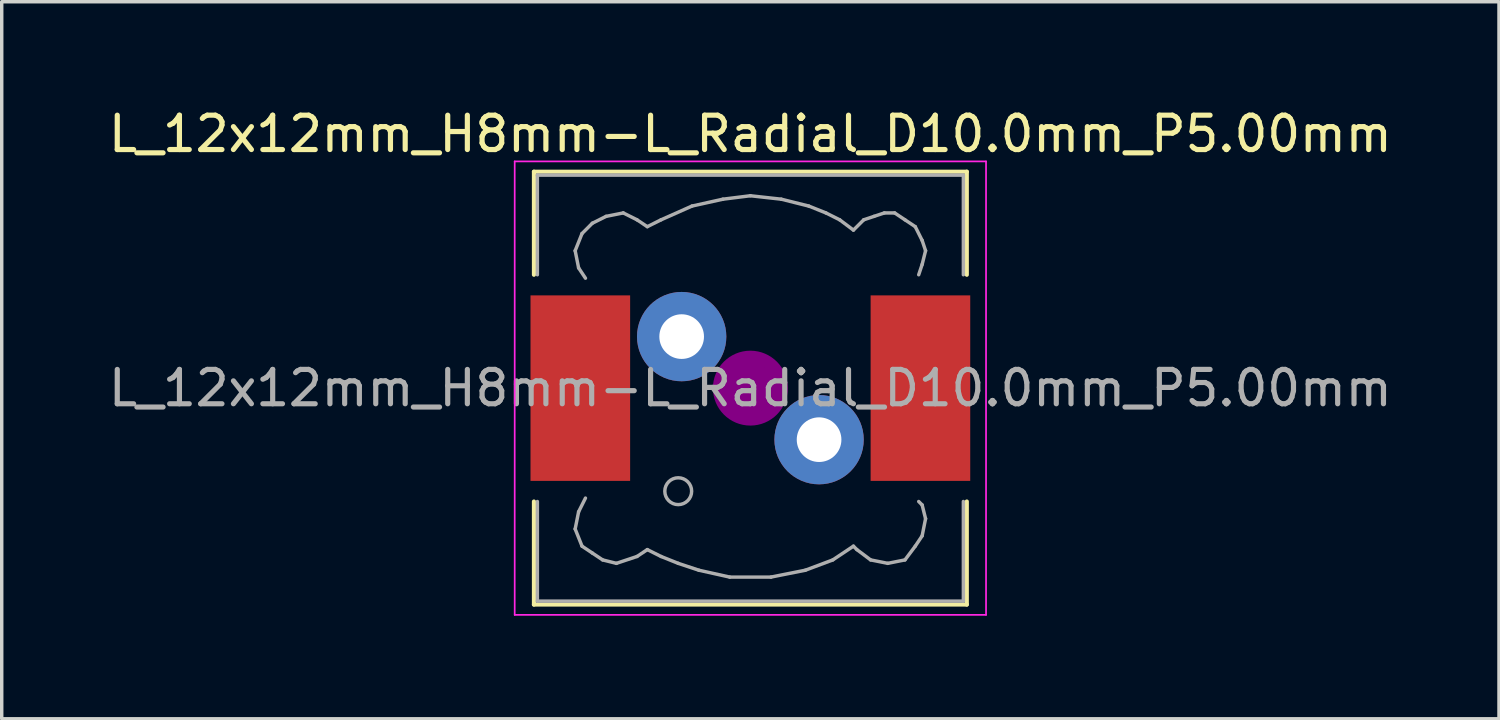
<source format=kicad_pcb>
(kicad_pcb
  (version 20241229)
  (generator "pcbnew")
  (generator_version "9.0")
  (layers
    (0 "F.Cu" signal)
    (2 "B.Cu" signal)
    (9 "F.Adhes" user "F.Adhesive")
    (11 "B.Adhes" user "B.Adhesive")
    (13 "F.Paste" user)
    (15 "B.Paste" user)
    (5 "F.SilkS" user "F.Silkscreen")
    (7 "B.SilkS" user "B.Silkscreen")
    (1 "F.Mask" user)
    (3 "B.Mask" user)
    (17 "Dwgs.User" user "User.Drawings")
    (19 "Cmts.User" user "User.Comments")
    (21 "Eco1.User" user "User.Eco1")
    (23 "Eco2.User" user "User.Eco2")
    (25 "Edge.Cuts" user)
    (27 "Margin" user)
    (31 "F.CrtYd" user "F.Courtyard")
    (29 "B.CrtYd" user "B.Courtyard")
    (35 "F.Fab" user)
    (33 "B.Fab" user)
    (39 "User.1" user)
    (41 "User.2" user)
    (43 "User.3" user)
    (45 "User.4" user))
  (footprint "L_12x12mm_H8mm-L_Radial_D10.0mm_P5.00mm"
    (layer "F.Cu")
    (at 18.792 8.248)
    (property "Reference" "L_12x12mm_H8mm-L_Radial_D10.0mm_P5.00mm" (at 0 -7.4 0) (layer "F.SilkS") (effects (font (size 1 1) (thickness 0.15))))
    (attr through_hole)
    (fp_line (start -6.3 -6.3) (end 6.3 -6.3) (stroke (width 0.12) (type solid)) (layer "F.SilkS"))
    (fp_line (start -6.3 -3.3) (end -6.3 -6.3) (stroke (width 0.12) (type solid)) (layer "F.SilkS"))
    (fp_line (start -6.3 6.3) (end -6.3 3.3) (stroke (width 0.12) (type solid)) (layer "F.SilkS"))
    (fp_line (start 6.3 -6.3) (end 6.3 -3.3) (stroke (width 0.12) (type solid)) (layer "F.SilkS"))
    (fp_line (start 6.3 3.3) (end 6.3 6.3) (stroke (width 0.12) (type solid)) (layer "F.SilkS"))
    (fp_line (start 6.3 6.3) (end -6.3 6.3) (stroke (width 0.12) (type solid)) (layer "F.SilkS"))
    (fp_circle (center 0 0) (end 0.15 0.15) (stroke (width 0.38) (type solid)) (fill no) (layer "F.Adhes"))
    (fp_circle (center 0 0) (end 0.55 0) (stroke (width 0.38) (type solid)) (fill no) (layer "F.Adhes"))
    (fp_circle (center 0 0) (end 0.9 0) (stroke (width 0.38) (type solid)) (fill no) (layer "F.Adhes"))
    (fp_line (start -6.86 -6.6) (end 6.86 -6.6) (stroke (width 0.05) (type solid)) (layer "F.CrtYd"))
    (fp_line (start -6.86 6.6) (end -6.86 -6.6) (stroke (width 0.05) (type solid)) (layer "F.CrtYd"))
    (fp_line (start 6.86 -6.6) (end 6.86 6.6) (stroke (width 0.05) (type solid)) (layer "F.CrtYd"))
    (fp_line (start 6.86 6.6) (end -6.86 6.6) (stroke (width 0.05) (type solid)) (layer "F.CrtYd"))
    (fp_line (start -6.2 -6.2) (end -6.2 -3.3) (stroke (width 0.1) (type solid)) (layer "F.Fab"))
    (fp_line (start -6.2 3.3) (end -6.2 6.2) (stroke (width 0.1) (type solid)) (layer "F.Fab"))
    (fp_line (start -6.2 6.2) (end 6.2 6.2) (stroke (width 0.1) (type solid)) (layer "F.Fab"))
    (fp_line (start -5.1 -4) (end -5 -3.5) (stroke (width 0.1) (type solid)) (layer "F.Fab"))
    (fp_line (start -5.1 4.1) (end -5 3.6) (stroke (width 0.1) (type solid)) (layer "F.Fab"))
    (fp_line (start -5 -3.5) (end -4.8 -3.2) (stroke (width 0.1) (type solid)) (layer "F.Fab"))
    (fp_line (start -5 3.6) (end -4.8 3.2) (stroke (width 0.1) (type solid)) (layer "F.Fab"))
    (fp_line (start -4.9 -4.5) (end -5.1 -4) (stroke (width 0.1) (type solid)) (layer "F.Fab"))
    (fp_line (start -4.9 4.6) (end -5.1 4.1) (stroke (width 0.1) (type solid)) (layer "F.Fab"))
    (fp_line (start -4.6 -4.8) (end -4.9 -4.5) (stroke (width 0.1) (type solid)) (layer "F.Fab"))
    (fp_line (start -4.6 4.8) (end -4.9 4.6) (stroke (width 0.1) (type solid)) (layer "F.Fab"))
    (fp_line (start -4.3 5) (end -4.6 4.8) (stroke (width 0.1) (type solid)) (layer "F.Fab"))
    (fp_line (start -4.2 -5) (end -4.6 -4.8) (stroke (width 0.1) (type solid)) (layer "F.Fab"))
    (fp_line (start -3.9 5.1) (end -4.3 5) (stroke (width 0.1) (type solid)) (layer "F.Fab"))
    (fp_line (start -3.7 -5.1) (end -4.2 -5) (stroke (width 0.1) (type solid)) (layer "F.Fab"))
    (fp_line (start -3.3 -4.9) (end -3.7 -5.1) (stroke (width 0.1) (type solid)) (layer "F.Fab"))
    (fp_line (start -3.3 4.9) (end -3.9 5.1) (stroke (width 0.1) (type solid)) (layer "F.Fab"))
    (fp_line (start -3 -4.7) (end -3.3 -4.9) (stroke (width 0.1) (type solid)) (layer "F.Fab"))
    (fp_line (start -3 4.7) (end -3.3 4.9) (stroke (width 0.1) (type solid)) (layer "F.Fab"))
    (fp_line (start -2.6 -4.9) (end -3 -4.7) (stroke (width 0.1) (type solid)) (layer "F.Fab"))
    (fp_line (start -2.6 4.9) (end -3 4.7) (stroke (width 0.1) (type solid)) (layer "F.Fab"))
    (fp_line (start -2.1 5.1) (end -2.6 4.9) (stroke (width 0.1) (type solid)) (layer "F.Fab"))
    (fp_line (start -1.7 -5.3) (end -2.6 -4.9) (stroke (width 0.1) (type solid)) (layer "F.Fab"))
    (fp_line (start -1.5 5.3) (end -2.1 5.1) (stroke (width 0.1) (type solid)) (layer "F.Fab"))
    (fp_line (start -0.8 -5.5) (end -1.7 -5.3) (stroke (width 0.1) (type solid)) (layer "F.Fab"))
    (fp_line (start -0.6 5.5) (end -1.5 5.3) (stroke (width 0.1) (type solid)) (layer "F.Fab"))
    (fp_line (start 0 -5.6) (end -0.8 -5.5) (stroke (width 0.1) (type solid)) (layer "F.Fab"))
    (fp_line (start 0.6 5.5) (end -0.6 5.5) (stroke (width 0.1) (type solid)) (layer "F.Fab"))
    (fp_line (start 0.9 -5.5) (end 0 -5.6) (stroke (width 0.1) (type solid)) (layer "F.Fab"))
    (fp_line (start 1.6 5.3) (end 0.6 5.5) (stroke (width 0.1) (type solid)) (layer "F.Fab"))
    (fp_line (start 1.7 -5.3) (end 0.9 -5.5) (stroke (width 0.1) (type solid)) (layer "F.Fab"))
    (fp_line (start 2.2 -5.1) (end 1.7 -5.3) (stroke (width 0.1) (type solid)) (layer "F.Fab"))
    (fp_line (start 2.4 5) (end 1.6 5.3) (stroke (width 0.1) (type solid)) (layer "F.Fab"))
    (fp_line (start 2.6 -4.9) (end 2.2 -5.1) (stroke (width 0.1) (type solid)) (layer "F.Fab"))
    (fp_line (start 3 -4.6) (end 2.6 -4.9) (stroke (width 0.1) (type solid)) (layer "F.Fab"))
    (fp_line (start 3 4.6) (end 2.4 5) (stroke (width 0.1) (type solid)) (layer "F.Fab"))
    (fp_line (start 3.1 4.7) (end 3 4.6) (stroke (width 0.1) (type solid)) (layer "F.Fab"))
    (fp_line (start 3.3 -4.9) (end 3 -4.6) (stroke (width 0.1) (type solid)) (layer "F.Fab"))
    (fp_line (start 3.5 5) (end 3.1 4.7) (stroke (width 0.1) (type solid)) (layer "F.Fab"))
    (fp_line (start 3.6 -5) (end 3.3 -4.9) (stroke (width 0.1) (type solid)) (layer "F.Fab"))
    (fp_line (start 3.9 -5.1) (end 3.6 -5) (stroke (width 0.1) (type solid)) (layer "F.Fab"))
    (fp_line (start 4 5.1) (end 3.5 5) (stroke (width 0.1) (type solid)) (layer "F.Fab"))
    (fp_line (start 4.2 -5.1) (end 3.9 -5.1) (stroke (width 0.1) (type solid)) (layer "F.Fab"))
    (fp_line (start 4.5 -4.9) (end 4.2 -5.1) (stroke (width 0.1) (type solid)) (layer "F.Fab"))
    (fp_line (start 4.5 5) (end 4 5.1) (stroke (width 0.1) (type solid)) (layer "F.Fab"))
    (fp_line (start 4.8 -4.7) (end 4.5 -4.9) (stroke (width 0.1) (type solid)) (layer "F.Fab"))
    (fp_line (start 4.8 4.6) (end 4.5 5) (stroke (width 0.1) (type solid)) (layer "F.Fab"))
    (fp_line (start 4.9 -3.3) (end 5 -3.6) (stroke (width 0.1) (type solid)) (layer "F.Fab"))
    (fp_line (start 4.9 3.3) (end 5 3.4) (stroke (width 0.1) (type solid)) (layer "F.Fab"))
    (fp_line (start 5 -4.3) (end 4.8 -4.7) (stroke (width 0.1) (type solid)) (layer "F.Fab"))
    (fp_line (start 5 -3.6) (end 5.1 -4) (stroke (width 0.1) (type solid)) (layer "F.Fab"))
    (fp_line (start 5 3.4) (end 5.1 3.8) (stroke (width 0.1) (type solid)) (layer "F.Fab"))
    (fp_line (start 5 4.3) (end 4.8 4.6) (stroke (width 0.1) (type solid)) (layer "F.Fab"))
    (fp_line (start 5.1 -4) (end 5 -4.3) (stroke (width 0.1) (type solid)) (layer "F.Fab"))
    (fp_line (start 5.1 3.8) (end 5 4.3) (stroke (width 0.1) (type solid)) (layer "F.Fab"))
    (fp_line (start 6.2 -6.2) (end -6.2 -6.2) (stroke (width 0.1) (type solid)) (layer "F.Fab"))
    (fp_line (start 6.2 -6.2) (end 6.2 -3.3) (stroke (width 0.1) (type solid)) (layer "F.Fab"))
    (fp_line (start 6.2 6.2) (end 6.2 3.3) (stroke (width 0.1) (type solid)) (layer "F.Fab"))
    (fp_circle (center -2.1 3) (end -1.8 3.25) (stroke (width 0.1) (type solid)) (fill no) (layer "F.Fab"))
    (fp_text user "${REFERENCE}" (at 0 0 0) (layer "F.Fab") (effects (font (size 1 1) (thickness 0.15))))
    (pad "1" smd rect (at -4.95 0) (size 2.9 5.4) (layers "F.Cu" "F.Mask" "F.Paste"))
    (pad "1" thru_hole circle (at -2 -1.5) (size 2.6 2.6) (drill 1.3) (layers "*.Cu" "*.Mask"))
    (pad "2" thru_hole circle (at 2 1.5) (size 2.6 2.6) (drill 1.3) (layers "*.Cu" "*.Mask"))
    (pad "2" smd rect (at 4.95 0) (size 2.9 5.4) (layers "F.Cu" "F.Mask" "F.Paste")))
  (gr_rect
    (start -3 -3)
    (end 40.583 17.873)
    (stroke (width 0.1) (type default))
    (fill no)
    (layer "Edge.Cuts")))
</source>
